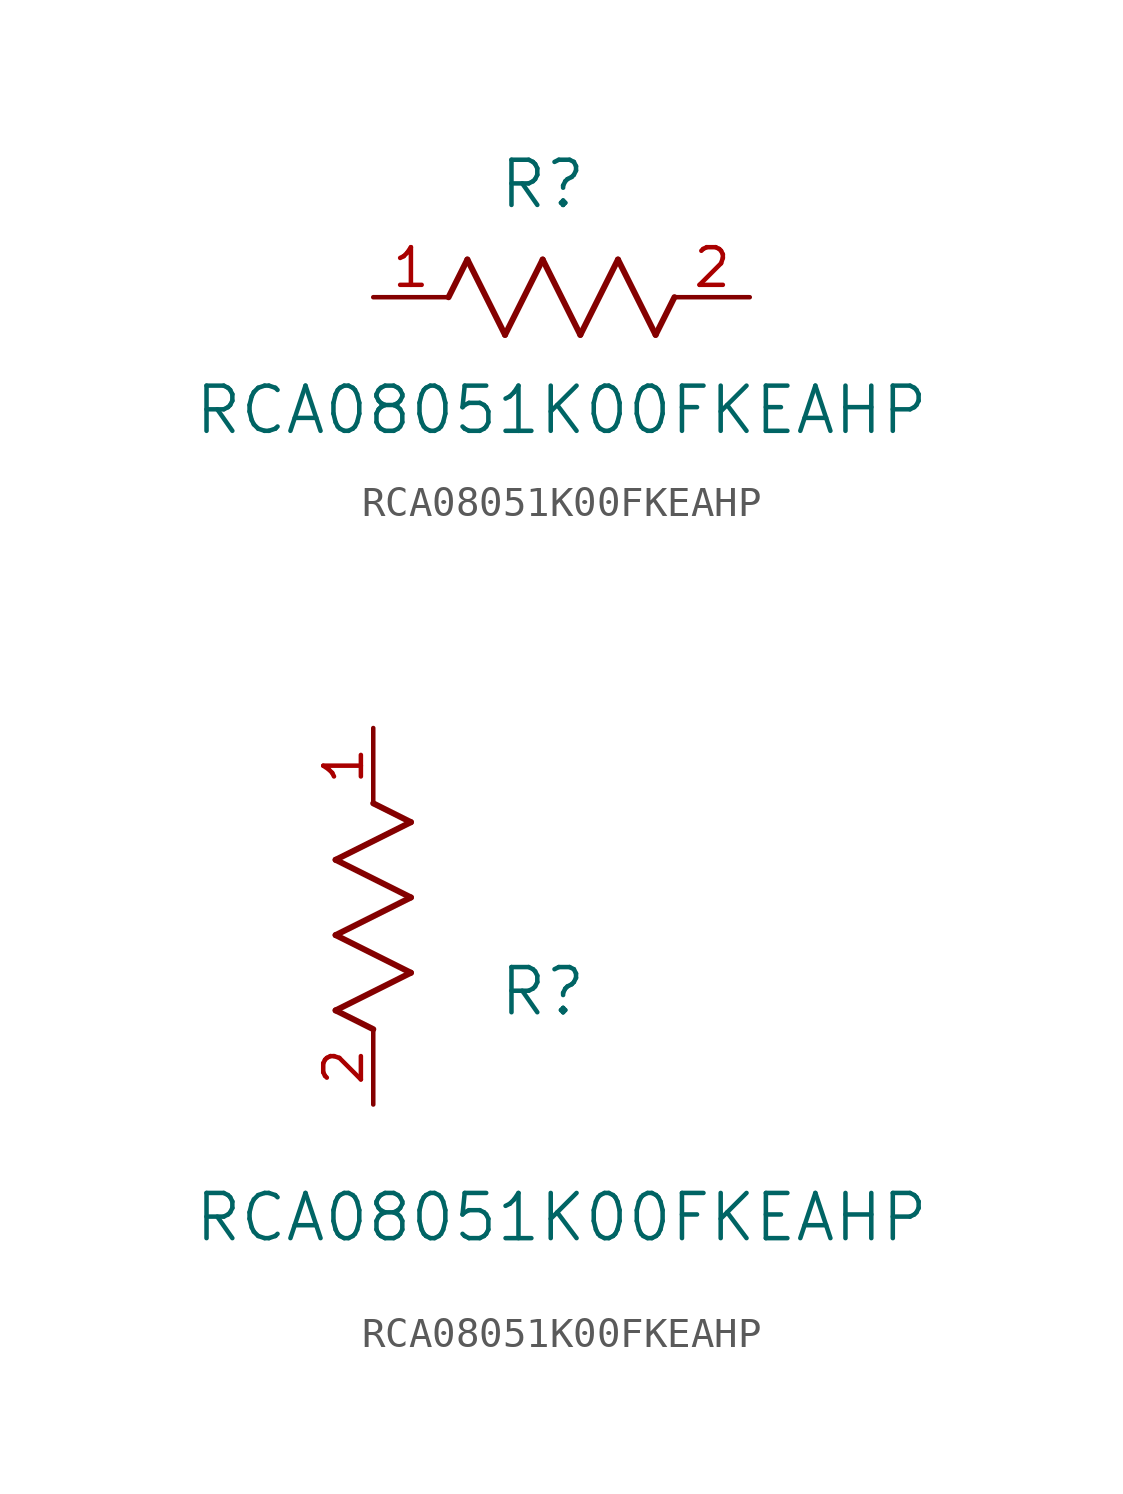
<source format=kicad_sym>
(kicad_symbol_lib
  (version 20211014)
  (generator kicad_symbol_editor)
  (symbol "RCA08051K00FKEAHP"
    (pin_names
      (offset 0.254))
    (property "Reference" "R"
      (at 5.715 3.81 0)
      (effects (font (size 1.524 1.524))))
    (property "Value" "RCA08051K00FKEAHP"
      (at 6.35 -3.81 0)
      (effects (font (size 1.524 1.524))))
    (symbol "RCA08051K00FKEAHP_1_1"
      (polyline (pts (xy 3.175 1.27) (xy 4.445 -1.27)) (stroke (width 0.203) (type default) (color 0 0 0 0)) (fill (type none)))
      (polyline (pts (xy 4.445 -1.27) (xy 5.715 1.27)) (stroke (width 0.203) (type default) (color 0 0 0 0)) (fill (type none)))
      (polyline (pts (xy 5.715 1.27) (xy 6.985 -1.27)) (stroke (width 0.203) (type default) (color 0 0 0 0)) (fill (type none)))
      (polyline (pts (xy 6.985 -1.27) (xy 8.255 1.27)) (stroke (width 0.203) (type default) (color 0 0 0 0)) (fill (type none)))
      (polyline (pts (xy 8.255 1.27) (xy 9.525 -1.27)) (stroke (width 0.203) (type default) (color 0 0 0 0)) (fill (type none)))
      (polyline (pts (xy 2.54 0) (xy 3.175 1.27)) (stroke (width 0.203) (type default) (color 0 0 0 0)) (fill (type none)))
      (polyline (pts (xy 9.525 -1.27) (xy 10.16 0)) (stroke (width 0.203) (type default) (color 0 0 0 0)) (fill (type none)))
      (pin unspecified line (at 0 0 0) (length 2.54) (name "" (effects (font (size 1.27 1.27)))) (number "1" (effects (font (size 1.27 1.27)))))
      (pin unspecified line (at 12.7 0 180) (length 2.54) (name "" (effects (font (size 1.27 1.27)))) (number "2" (effects (font (size 1.27 1.27))))))
    (symbol "RCA08051K00FKEAHP_1_2"
      (polyline (pts (xy 0 2.54) (xy -1.27 3.175)) (stroke (width 0.203) (type default) (color 0 0 0 0)) (fill (type none)))
      (polyline (pts (xy -1.27 3.175) (xy 1.27 4.445)) (stroke (width 0.203) (type default) (color 0 0 0 0)) (fill (type none)))
      (polyline (pts (xy 1.27 4.445) (xy -1.27 5.715)) (stroke (width 0.203) (type default) (color 0 0 0 0)) (fill (type none)))
      (polyline (pts (xy -1.27 5.715) (xy 1.27 6.985)) (stroke (width 0.203) (type default) (color 0 0 0 0)) (fill (type none)))
      (polyline (pts (xy -1.27 8.255) (xy 1.27 9.525)) (stroke (width 0.203) (type default) (color 0 0 0 0)) (fill (type none)))
      (polyline (pts (xy 1.27 9.525) (xy 0 10.16)) (stroke (width 0.203) (type default) (color 0 0 0 0)) (fill (type none)))
      (polyline (pts (xy 1.27 6.985) (xy -1.27 8.255)) (stroke (width 0.203) (type default) (color 0 0 0 0)) (fill (type none)))
      (pin unspecified line (at 0 12.7 270) (length 2.54) (name "" (effects (font (size 1.27 1.27)))) (number "1" (effects (font (size 1.27 1.27)))))
      (pin unspecified line (at 0 0 90) (length 2.54) (name "" (effects (font (size 1.27 1.27)))) (number "2" (effects (font (size 1.27 1.27))))))))
</source>
